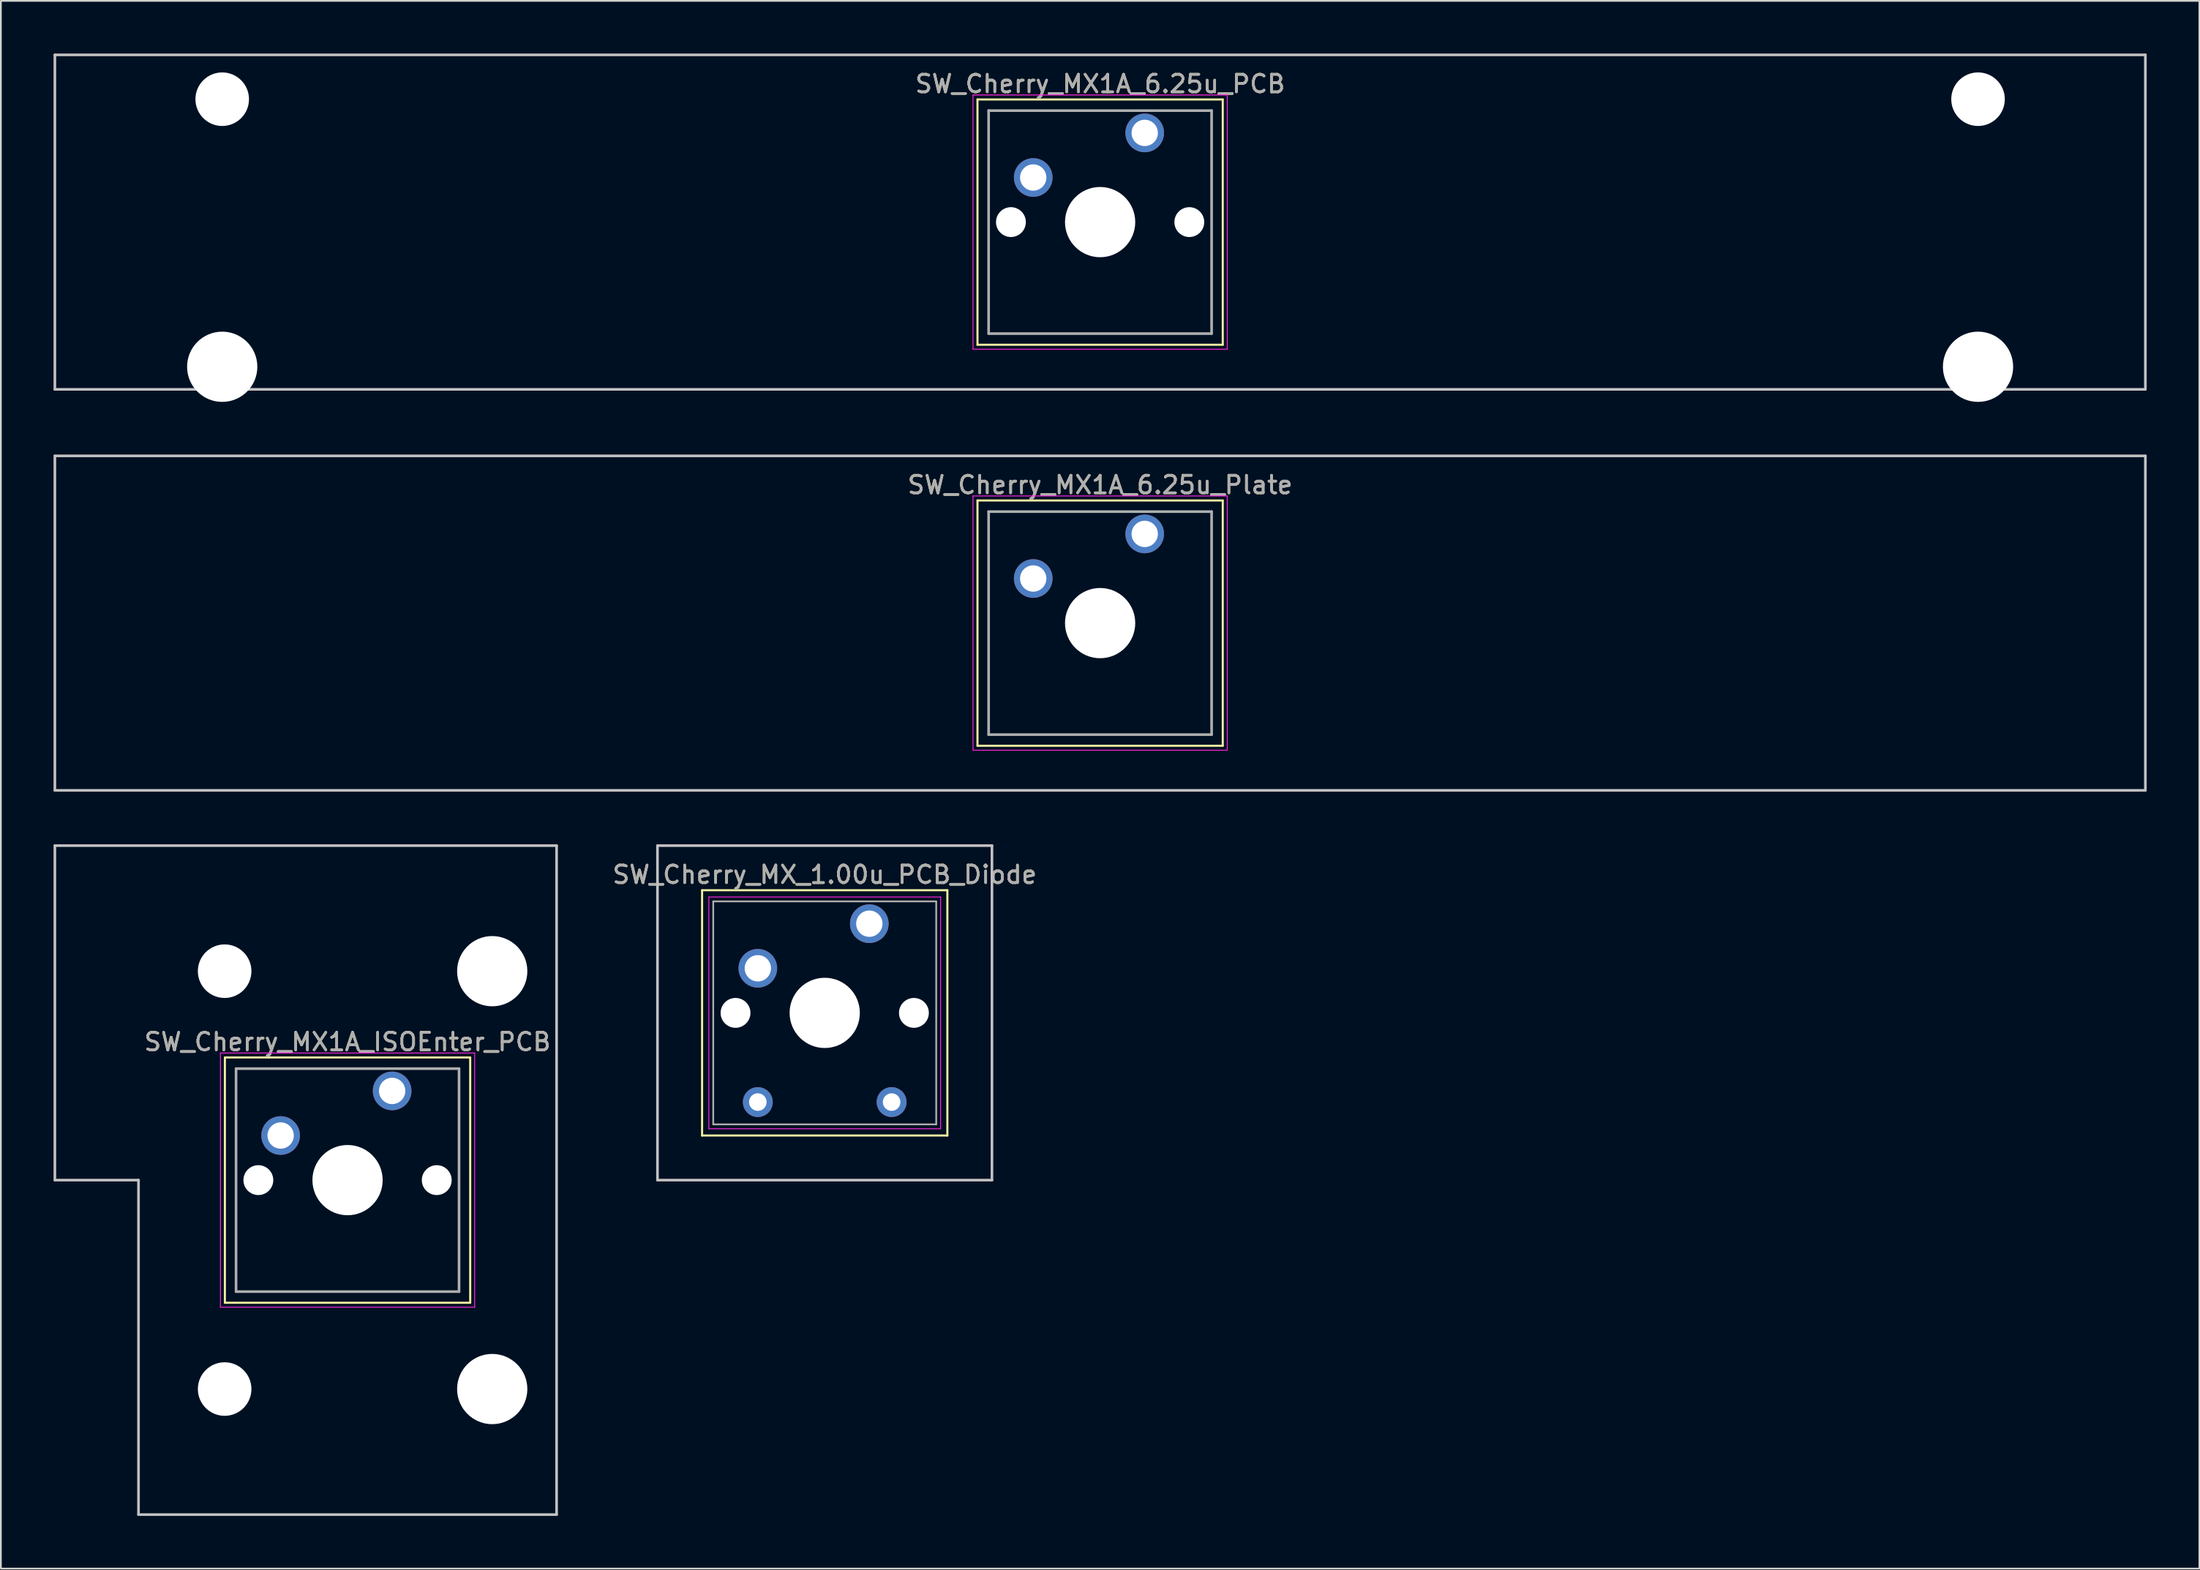
<source format=kicad_pcb>
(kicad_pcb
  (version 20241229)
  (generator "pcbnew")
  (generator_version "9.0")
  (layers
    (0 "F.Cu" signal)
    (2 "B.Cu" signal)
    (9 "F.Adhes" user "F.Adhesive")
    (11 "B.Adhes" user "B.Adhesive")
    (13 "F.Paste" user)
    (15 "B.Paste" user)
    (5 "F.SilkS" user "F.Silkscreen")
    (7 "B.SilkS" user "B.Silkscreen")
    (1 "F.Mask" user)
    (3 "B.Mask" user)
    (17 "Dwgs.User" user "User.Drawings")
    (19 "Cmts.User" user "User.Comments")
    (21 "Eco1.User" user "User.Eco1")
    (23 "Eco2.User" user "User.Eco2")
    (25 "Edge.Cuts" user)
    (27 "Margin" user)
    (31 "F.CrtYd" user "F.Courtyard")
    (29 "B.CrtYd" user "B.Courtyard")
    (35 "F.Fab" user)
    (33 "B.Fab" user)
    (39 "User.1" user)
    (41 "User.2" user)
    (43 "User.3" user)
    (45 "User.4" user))
  (footprint "SW_Cherry_MX1A_ISOEnter_PCB"
    (layer "F.Cu")
    (at 19.284 59.085)
    (property "Reference" "SW_Cherry_MX1A_ISOEnter_PCB" (at -2.54 -2.794 0) (layer "F.SilkS") (effects (font (size 1 1) (thickness 0.15))))
    (attr through_hole)
    (fp_line (start -9.525 -1.905) (end 4.445 -1.905) (stroke (width 0.12) (type solid)) (layer "F.SilkS"))
    (fp_line (start -9.525 12.065) (end -9.525 -1.905) (stroke (width 0.12) (type solid)) (layer "F.SilkS"))
    (fp_line (start 4.445 -1.905) (end 4.445 12.065) (stroke (width 0.12) (type solid)) (layer "F.SilkS"))
    (fp_line (start 4.445 12.065) (end -9.525 12.065) (stroke (width 0.12) (type solid)) (layer "F.SilkS"))
    (fp_line (start -19.209 -13.97) (end 9.366 -13.97) (stroke (width 0.15) (type solid)) (layer "Dwgs.User"))
    (fp_line (start -19.209 5.08) (end -19.209 -13.97) (stroke (width 0.15) (type solid)) (layer "Dwgs.User"))
    (fp_line (start -14.446 5.08) (end -19.209 5.08) (stroke (width 0.15) (type solid)) (layer "Dwgs.User"))
    (fp_line (start -14.446 24.13) (end -14.446 5.08) (stroke (width 0.15) (type solid)) (layer "Dwgs.User"))
    (fp_line (start 9.366 -13.97) (end 9.366 24.13) (stroke (width 0.15) (type solid)) (layer "Dwgs.User"))
    (fp_line (start 9.366 24.13) (end -14.446 24.13) (stroke (width 0.15) (type solid)) (layer "Dwgs.User"))
    (fp_line (start -9.78 -2.16) (end 4.7 -2.16) (stroke (width 0.05) (type solid)) (layer "F.CrtYd"))
    (fp_line (start -9.78 12.32) (end -9.78 -2.16) (stroke (width 0.05) (type solid)) (layer "F.CrtYd"))
    (fp_line (start 4.7 -2.16) (end 4.7 12.32) (stroke (width 0.05) (type solid)) (layer "F.CrtYd"))
    (fp_line (start 4.7 12.32) (end -9.78 12.32) (stroke (width 0.05) (type solid)) (layer "F.CrtYd"))
    (fp_line (start -8.89 -1.27) (end 3.81 -1.27) (stroke (width 0.15) (type solid)) (layer "F.Fab"))
    (fp_line (start -8.89 11.43) (end -8.89 -1.27) (stroke (width 0.15) (type solid)) (layer "F.Fab"))
    (fp_line (start 3.81 -1.27) (end 3.81 11.43) (stroke (width 0.15) (type solid)) (layer "F.Fab"))
    (fp_line (start 3.81 11.43) (end -8.89 11.43) (stroke (width 0.15) (type solid)) (layer "F.Fab"))
    (fp_text user "${REFERENCE}" (at -2.54 -2.794 0) (layer "F.Fab") (effects (font (size 1 1) (thickness 0.15))))
    (pad "" np_thru_hole circle (at -9.54 -6.82) (size 3.05 3.05) (drill 3.05) (layers "*.Cu" "*.Mask"))
    (pad "" np_thru_hole circle (at -9.54 16.98) (size 3.05 3.05) (drill 3.05) (layers "*.Cu" "*.Mask"))
    (pad "" np_thru_hole circle (at -7.62 5.08) (size 1.7 1.7) (drill 1.7) (layers "*.Cu" "*.Mask"))
    (pad "" np_thru_hole circle (at -2.54 5.08) (size 4 4) (drill 4) (layers "*.Cu" "*.Mask"))
    (pad "" np_thru_hole circle (at 2.54 5.08) (size 1.7 1.7) (drill 1.7) (layers "*.Cu" "*.Mask"))
    (pad "" np_thru_hole circle (at 5.7 -6.82) (size 4 4) (drill 4) (layers "*.Cu" "*.Mask"))
    (pad "" np_thru_hole circle (at 5.7 16.98) (size 4 4) (drill 4) (layers "*.Cu" "*.Mask"))
    (pad "1" thru_hole circle (at 0 0) (size 2.2 2.2) (drill 1.5) (layers "*.Cu" "*.Mask"))
    (pad "2" thru_hole circle (at -6.35 2.54) (size 2.2 2.2) (drill 1.5) (layers "*.Cu" "*.Mask")))
  (footprint "SW_Cherry_MX1A_6.25u_Plate"
    (layer "F.Cu")
    (at 62.146 27.36)
    (property "Reference" "SW_Cherry_MX1A_6.25u_Plate" (at -2.54 -2.794 0) (layer "F.SilkS") (effects (font (size 1 1) (thickness 0.15))))
    (attr through_hole)
    (fp_line (start -9.525 -1.905) (end 4.445 -1.905) (stroke (width 0.12) (type solid)) (layer "F.SilkS"))
    (fp_line (start -9.525 12.065) (end -9.525 -1.905) (stroke (width 0.12) (type solid)) (layer "F.SilkS"))
    (fp_line (start 4.445 -1.905) (end 4.445 12.065) (stroke (width 0.12) (type solid)) (layer "F.SilkS"))
    (fp_line (start 4.445 12.065) (end -9.525 12.065) (stroke (width 0.12) (type solid)) (layer "F.SilkS"))
    (fp_line (start -62.071 -4.445) (end 56.991 -4.445) (stroke (width 0.15) (type solid)) (layer "Dwgs.User"))
    (fp_line (start -62.071 14.605) (end -62.071 -4.445) (stroke (width 0.15) (type solid)) (layer "Dwgs.User"))
    (fp_line (start 56.991 -4.445) (end 56.991 14.605) (stroke (width 0.15) (type solid)) (layer "Dwgs.User"))
    (fp_line (start 56.991 14.605) (end -62.071 14.605) (stroke (width 0.15) (type solid)) (layer "Dwgs.User"))
    (fp_line (start -9.78 -2.16) (end 4.7 -2.16) (stroke (width 0.05) (type solid)) (layer "F.CrtYd"))
    (fp_line (start -9.78 12.32) (end -9.78 -2.16) (stroke (width 0.05) (type solid)) (layer "F.CrtYd"))
    (fp_line (start 4.7 -2.16) (end 4.7 12.32) (stroke (width 0.05) (type solid)) (layer "F.CrtYd"))
    (fp_line (start 4.7 12.32) (end -9.78 12.32) (stroke (width 0.05) (type solid)) (layer "F.CrtYd"))
    (fp_line (start -8.89 -1.27) (end 3.81 -1.27) (stroke (width 0.15) (type solid)) (layer "F.Fab"))
    (fp_line (start -8.89 11.43) (end -8.89 -1.27) (stroke (width 0.15) (type solid)) (layer "F.Fab"))
    (fp_line (start 3.81 -1.27) (end 3.81 11.43) (stroke (width 0.15) (type solid)) (layer "F.Fab"))
    (fp_line (start 3.81 11.43) (end -8.89 11.43) (stroke (width 0.15) (type solid)) (layer "F.Fab"))
    (fp_text user "${REFERENCE}" (at -2.54 -2.794 0) (layer "F.Fab") (effects (font (size 1 1) (thickness 0.15))))
    (pad "" np_thru_hole circle (at -2.54 5.08) (size 4 4) (drill 4) (layers "*.Cu" "*.Mask"))
    (pad "1" thru_hole circle (at 0 0) (size 2.2 2.2) (drill 1.5) (layers "*.Cu" "*.Mask"))
    (pad "2" thru_hole circle (at -6.35 2.54) (size 2.2 2.2) (drill 1.5) (layers "*.Cu" "*.Mask")))
  (footprint "SW_Cherry_MX1A_6.25u_PCB"
    (layer "F.Cu")
    (at 62.146 4.52)
    (property "Reference" "SW_Cherry_MX1A_6.25u_PCB" (at -2.54 -2.794 0) (layer "F.SilkS") (effects (font (size 1 1) (thickness 0.15))))
    (attr through_hole)
    (fp_line (start -9.525 -1.905) (end 4.445 -1.905) (stroke (width 0.12) (type solid)) (layer "F.SilkS"))
    (fp_line (start -9.525 12.065) (end -9.525 -1.905) (stroke (width 0.12) (type solid)) (layer "F.SilkS"))
    (fp_line (start 4.445 -1.905) (end 4.445 12.065) (stroke (width 0.12) (type solid)) (layer "F.SilkS"))
    (fp_line (start 4.445 12.065) (end -9.525 12.065) (stroke (width 0.12) (type solid)) (layer "F.SilkS"))
    (fp_line (start -62.071 -4.445) (end 56.991 -4.445) (stroke (width 0.15) (type solid)) (layer "Dwgs.User"))
    (fp_line (start -62.071 14.605) (end -62.071 -4.445) (stroke (width 0.15) (type solid)) (layer "Dwgs.User"))
    (fp_line (start 56.991 -4.445) (end 56.991 14.605) (stroke (width 0.15) (type solid)) (layer "Dwgs.User"))
    (fp_line (start 56.991 14.605) (end -62.071 14.605) (stroke (width 0.15) (type solid)) (layer "Dwgs.User"))
    (fp_line (start -9.78 -2.16) (end 4.7 -2.16) (stroke (width 0.05) (type solid)) (layer "F.CrtYd"))
    (fp_line (start -9.78 12.32) (end -9.78 -2.16) (stroke (width 0.05) (type solid)) (layer "F.CrtYd"))
    (fp_line (start 4.7 -2.16) (end 4.7 12.32) (stroke (width 0.05) (type solid)) (layer "F.CrtYd"))
    (fp_line (start 4.7 12.32) (end -9.78 12.32) (stroke (width 0.05) (type solid)) (layer "F.CrtYd"))
    (fp_line (start -8.89 -1.27) (end 3.81 -1.27) (stroke (width 0.15) (type solid)) (layer "F.Fab"))
    (fp_line (start -8.89 11.43) (end -8.89 -1.27) (stroke (width 0.15) (type solid)) (layer "F.Fab"))
    (fp_line (start 3.81 -1.27) (end 3.81 11.43) (stroke (width 0.15) (type solid)) (layer "F.Fab"))
    (fp_line (start 3.81 11.43) (end -8.89 11.43) (stroke (width 0.15) (type solid)) (layer "F.Fab"))
    (fp_text user "${REFERENCE}" (at -2.54 -2.794 0) (layer "F.Fab") (effects (font (size 1 1) (thickness 0.15))))
    (pad "" np_thru_hole circle (at -52.54 -1.92) (size 3.05 3.05) (drill 3.05) (layers "*.Cu" "*.Mask"))
    (pad "" np_thru_hole circle (at -52.54 13.32) (size 4 4) (drill 4) (layers "*.Cu" "*.Mask"))
    (pad "" np_thru_hole circle (at -7.62 5.08) (size 1.7 1.7) (drill 1.7) (layers "*.Cu" "*.Mask"))
    (pad "" np_thru_hole circle (at -2.54 5.08) (size 4 4) (drill 4) (layers "*.Cu" "*.Mask"))
    (pad "" np_thru_hole circle (at 2.54 5.08) (size 1.7 1.7) (drill 1.7) (layers "*.Cu" "*.Mask"))
    (pad "" np_thru_hole circle (at 47.46 -1.92) (size 3.05 3.05) (drill 3.05) (layers "*.Cu" "*.Mask"))
    (pad "" np_thru_hole circle (at 47.46 13.32) (size 4 4) (drill 4) (layers "*.Cu" "*.Mask"))
    (pad "1" thru_hole circle (at 0 0) (size 2.2 2.2) (drill 1.5) (layers "*.Cu" "*.Mask"))
    (pad "2" thru_hole circle (at -6.35 2.54) (size 2.2 2.2) (drill 1.5) (layers "*.Cu" "*.Mask")))
  (footprint "SW_Cherry_MX_1.00u_PCB_Diode"
    (layer "F.Cu")
    (at 46.461 49.56)
    (property "Reference" "SW_Cherry_MX_1.00u_PCB_Diode" (at -2.54 -2.794 0) (layer "F.SilkS") (effects (font (size 1 1) (thickness 0.15))))
    (attr through_hole)
    (fp_line (start -9.525 -1.905) (end 4.445 -1.905) (stroke (width 0.12) (type solid)) (layer "F.SilkS"))
    (fp_line (start -9.525 12.065) (end -9.525 -1.905) (stroke (width 0.12) (type solid)) (layer "F.SilkS"))
    (fp_line (start 4.445 -1.905) (end 4.445 12.065) (stroke (width 0.12) (type solid)) (layer "F.SilkS"))
    (fp_line (start 4.445 12.065) (end -9.525 12.065) (stroke (width 0.12) (type solid)) (layer "F.SilkS"))
    (fp_line (start -12.065 -4.445) (end 6.985 -4.445) (stroke (width 0.15) (type solid)) (layer "Dwgs.User"))
    (fp_line (start -12.065 14.605) (end -12.065 -4.445) (stroke (width 0.15) (type solid)) (layer "Dwgs.User"))
    (fp_line (start 6.985 -4.445) (end 6.985 14.605) (stroke (width 0.15) (type solid)) (layer "Dwgs.User"))
    (fp_line (start 6.985 14.605) (end -12.065 14.605) (stroke (width 0.15) (type solid)) (layer "Dwgs.User"))
    (fp_line (start -9.14 -1.52) (end 4.06 -1.52) (stroke (width 0.05) (type solid)) (layer "F.CrtYd"))
    (fp_line (start -9.14 11.68) (end -9.14 -1.52) (stroke (width 0.05) (type solid)) (layer "F.CrtYd"))
    (fp_line (start 4.06 -1.52) (end 4.06 11.68) (stroke (width 0.05) (type solid)) (layer "F.CrtYd"))
    (fp_line (start 4.06 11.68) (end -9.14 11.68) (stroke (width 0.05) (type solid)) (layer "F.CrtYd"))
    (fp_line (start -8.89 -1.27) (end 3.81 -1.27) (stroke (width 0.1) (type solid)) (layer "F.Fab"))
    (fp_line (start -8.89 11.43) (end -8.89 -1.27) (stroke (width 0.1) (type solid)) (layer "F.Fab"))
    (fp_line (start 3.81 -1.27) (end 3.81 11.43) (stroke (width 0.1) (type solid)) (layer "F.Fab"))
    (fp_line (start 3.81 11.43) (end -8.89 11.43) (stroke (width 0.1) (type solid)) (layer "F.Fab"))
    (fp_text user "${REFERENCE}" (at -2.54 -2.794 0) (layer "F.Fab") (effects (font (size 1 1) (thickness 0.15))))
    (pad "" np_thru_hole circle (at -7.62 5.08) (size 1.7 1.7) (drill 1.7) (layers "*.Cu" "*.Mask"))
    (pad "" np_thru_hole circle (at -2.54 5.08) (size 4 4) (drill 4) (layers "*.Cu" "*.Mask"))
    (pad "" np_thru_hole circle (at 2.54 5.08) (size 1.7 1.7) (drill 1.7) (layers "*.Cu" "*.Mask"))
    (pad "1" thru_hole circle (at 0 0) (size 2.2 2.2) (drill 1.5) (layers "*.Cu" "*.Mask"))
    (pad "2" thru_hole circle (at -6.35 2.54) (size 2.2 2.2) (drill 1.5) (layers "*.Cu" "*.Mask"))
    (pad "3" thru_hole circle (at 1.27 10.16) (size 1.7 1.7) (drill 1) (layers "*.Cu" "*.Mask"))
    (pad "4" thru_hole circle (at -6.35 10.16) (size 1.7 1.7) (drill 1) (layers "*.Cu" "*.Mask")))
  (gr_rect
    (start -3 -3)
    (end 122.213 86.29)
    (stroke (width 0.1) (type default))
    (fill no)
    (layer "Edge.Cuts")))
</source>
